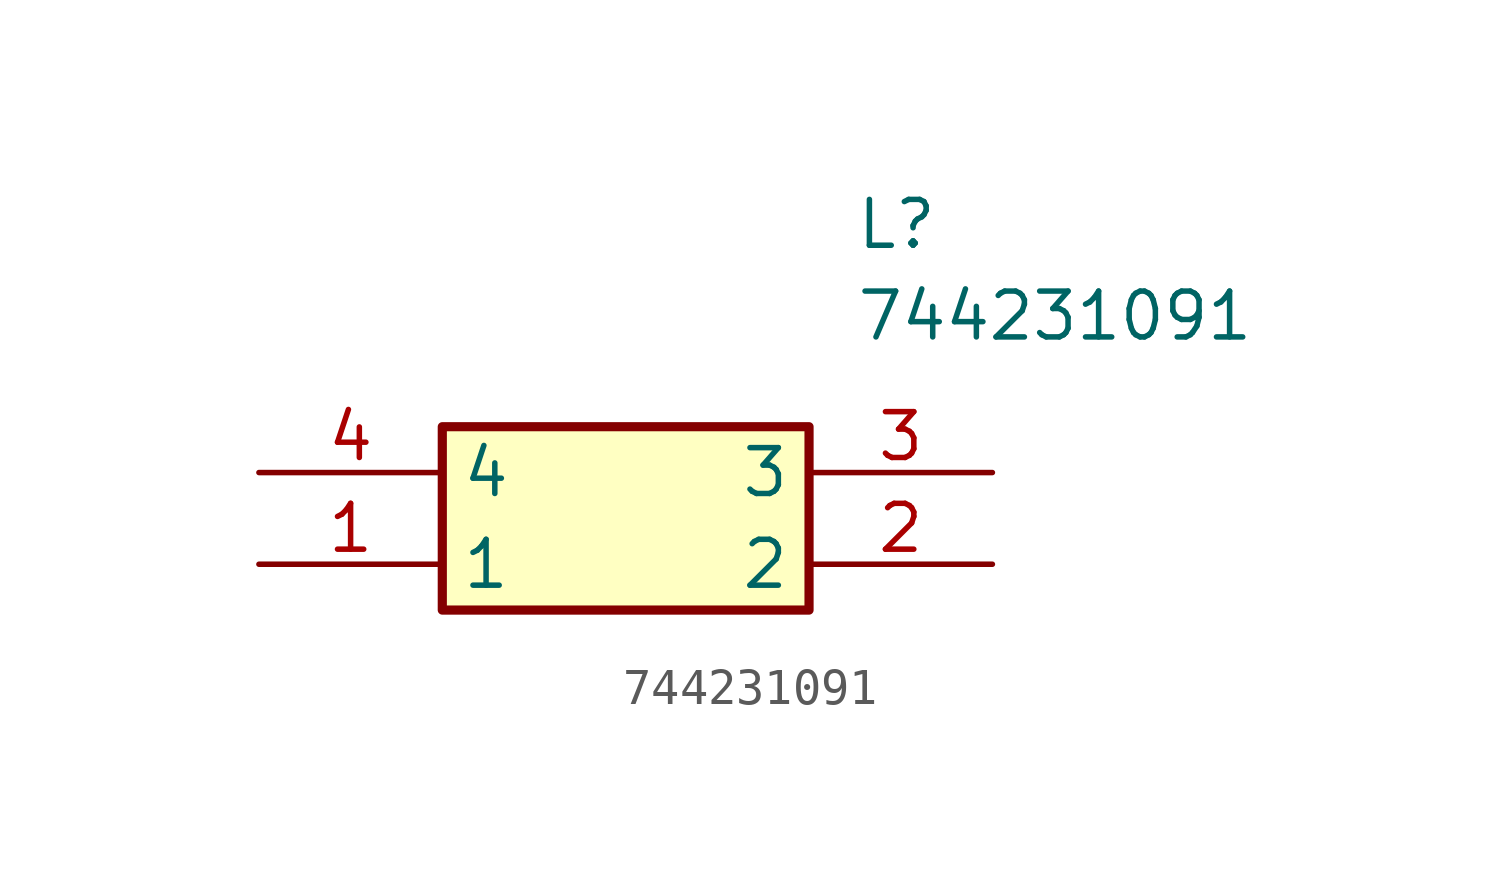
<source format=kicad_sym>
(kicad_symbol_lib
  (version 20230620)
  (generator kicad_symbol_editor)
  (symbol "744231091"
    (property "Reference" "L"
      (at 16.51 7.62 0)
      (effects (font (size 1.27 1.27)) (justify left top)))
    (property "Value" "744231091"
      (at 16.51 5.08 0)
      (effects (font (size 1.27 1.27)) (justify left top)))
    (symbol "744231091_1_1"
      (rectangle (start 5.08 1.27) (end 15.24 -3.81) (stroke (width 0.254) (type default)) (fill (type background)))
      (pin passive line (at 0 -2.54 0) (length 5.08) (name "1" (effects (font (size 1.27 1.27)))) (number "1" (effects (font (size 1.27 1.27)))))
      (pin passive line (at 20.32 -2.54 180) (length 5.08) (name "2" (effects (font (size 1.27 1.27)))) (number "2" (effects (font (size 1.27 1.27)))))
      (pin passive line (at 20.32 0 180) (length 5.08) (name "3" (effects (font (size 1.27 1.27)))) (number "3" (effects (font (size 1.27 1.27)))))
      (pin passive line (at 0 0 0) (length 5.08) (name "4" (effects (font (size 1.27 1.27)))) (number "4" (effects (font (size 1.27 1.27))))))))
</source>
